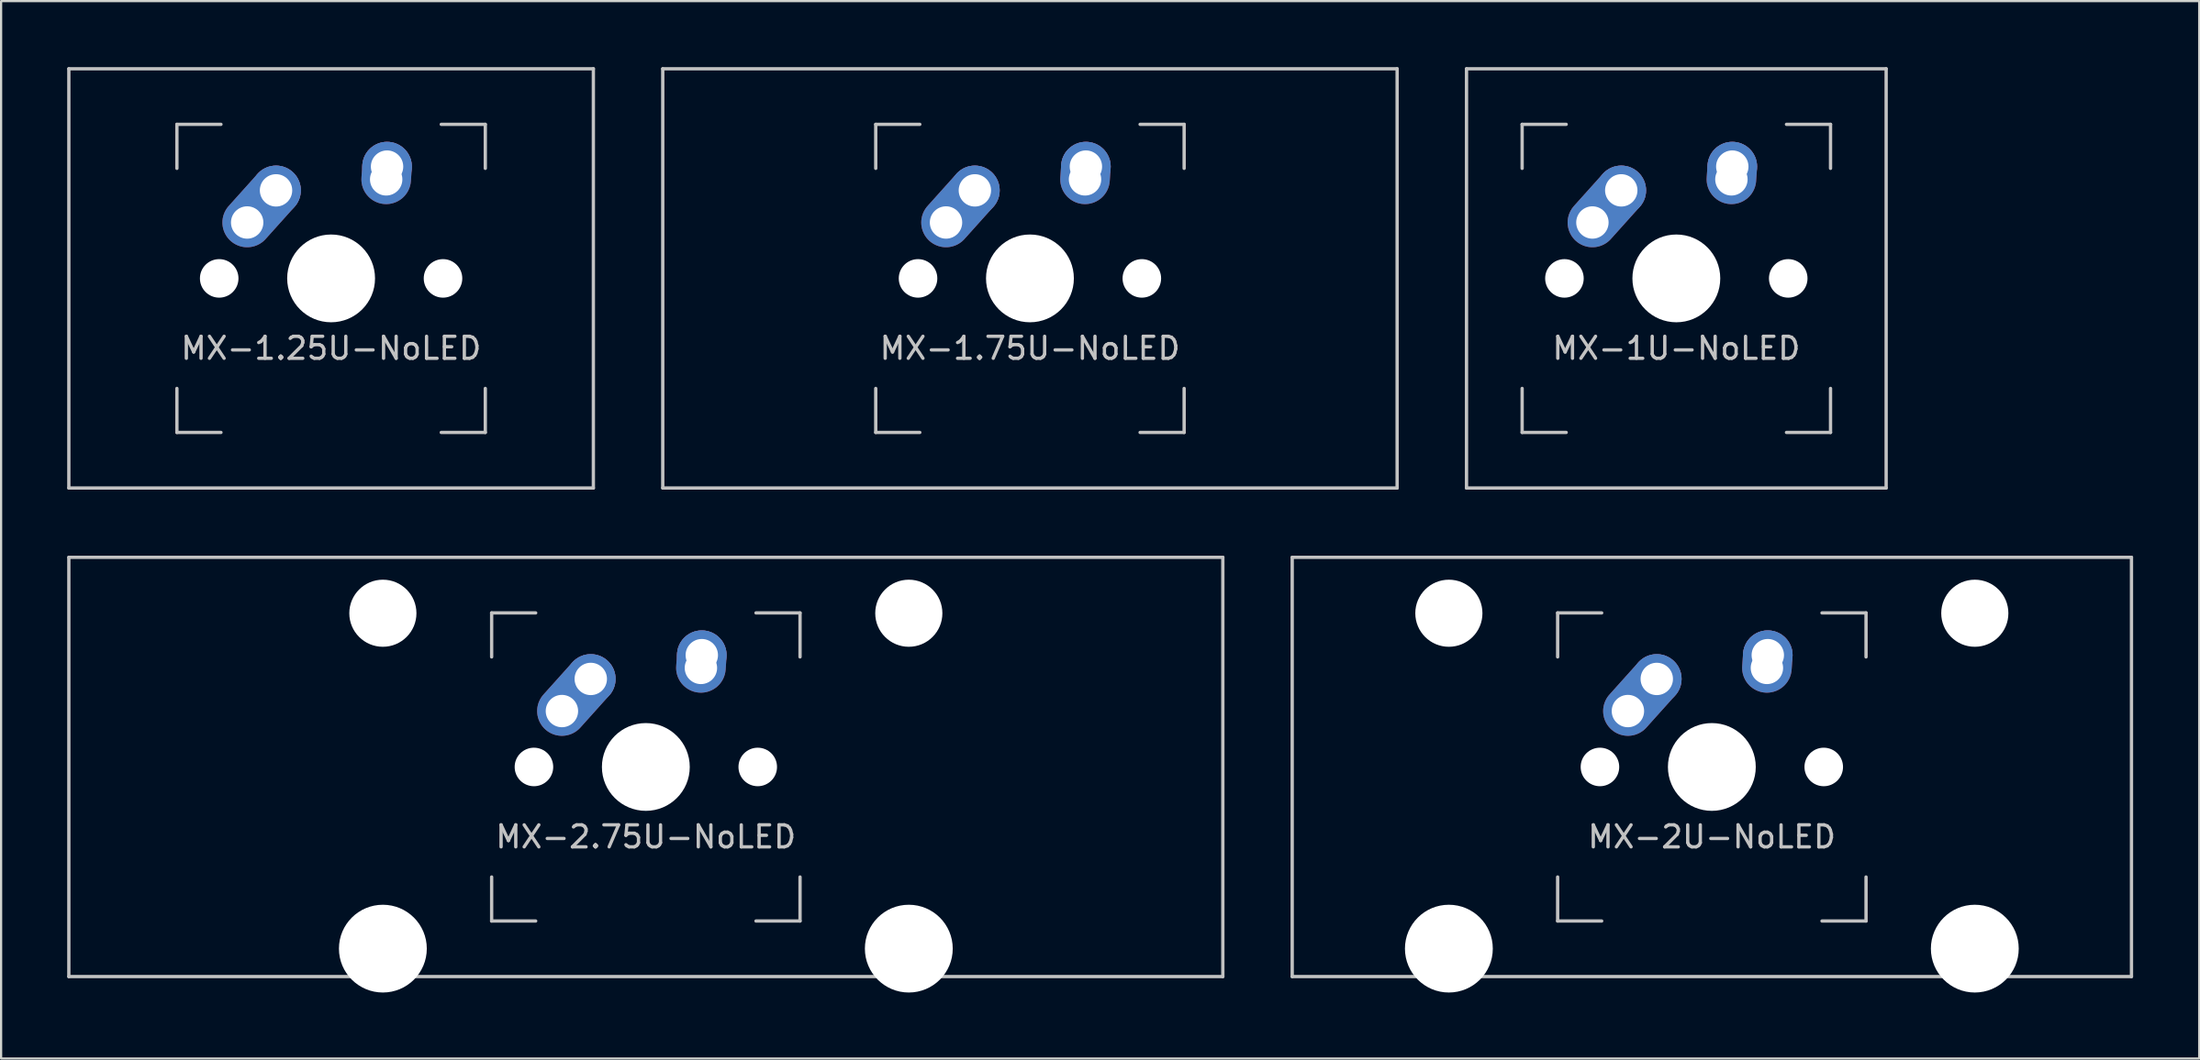
<source format=kicad_pcb>
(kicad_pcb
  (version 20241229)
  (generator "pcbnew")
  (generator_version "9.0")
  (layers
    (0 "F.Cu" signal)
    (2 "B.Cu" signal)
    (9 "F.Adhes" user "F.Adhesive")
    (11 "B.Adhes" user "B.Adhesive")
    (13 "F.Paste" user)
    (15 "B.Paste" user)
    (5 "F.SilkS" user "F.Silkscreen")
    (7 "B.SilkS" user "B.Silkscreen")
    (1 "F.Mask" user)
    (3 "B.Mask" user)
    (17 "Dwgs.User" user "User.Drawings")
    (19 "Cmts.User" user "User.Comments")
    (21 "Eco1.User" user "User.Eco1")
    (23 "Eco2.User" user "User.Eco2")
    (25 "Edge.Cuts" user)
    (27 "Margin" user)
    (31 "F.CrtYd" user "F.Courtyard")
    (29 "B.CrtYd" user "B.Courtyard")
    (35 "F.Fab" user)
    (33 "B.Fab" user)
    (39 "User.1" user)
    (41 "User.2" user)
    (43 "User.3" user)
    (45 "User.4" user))
  (footprint "MX-2U-NoLED"
    (layer "F.Cu")
    (at 74.662 31.8)
    (property "Reference" "MX-2U-NoLED" (at 0 3.175 0) (layer "Dwgs.User") (effects (font (size 1 1) (thickness 0.15))))
    (attr through_hole)
    (fp_line (start -19.05 -9.525) (end 19.05 -9.525) (stroke (width 0.15) (type solid)) (layer "Dwgs.User"))
    (fp_line (start -19.05 9.525) (end -19.05 -9.525) (stroke (width 0.15) (type solid)) (layer "Dwgs.User"))
    (fp_line (start -19.05 9.525) (end 19.05 9.525) (stroke (width 0.15) (type solid)) (layer "Dwgs.User"))
    (fp_line (start -7 -7) (end -7 -5) (stroke (width 0.15) (type solid)) (layer "Dwgs.User"))
    (fp_line (start -7 5) (end -7 7) (stroke (width 0.15) (type solid)) (layer "Dwgs.User"))
    (fp_line (start -7 7) (end -5 7) (stroke (width 0.15) (type solid)) (layer "Dwgs.User"))
    (fp_line (start -5 -7) (end -7 -7) (stroke (width 0.15) (type solid)) (layer "Dwgs.User"))
    (fp_line (start 5 -7) (end 7 -7) (stroke (width 0.15) (type solid)) (layer "Dwgs.User"))
    (fp_line (start 5 7) (end 7 7) (stroke (width 0.15) (type solid)) (layer "Dwgs.User"))
    (fp_line (start 7 -7) (end 7 -5) (stroke (width 0.15) (type solid)) (layer "Dwgs.User"))
    (fp_line (start 7 7) (end 7 5) (stroke (width 0.15) (type solid)) (layer "Dwgs.User"))
    (fp_line (start 19.05 -9.525) (end 19.05 9.525) (stroke (width 0.15) (type solid)) (layer "Dwgs.User"))
    (pad "" np_thru_hole circle (at -11.938 -6.985) (size 3.048 3.048) (drill 3.048) (layers "*.Cu" "*.Mask"))
    (pad "" np_thru_hole circle (at -11.938 8.255) (size 3.988 3.988) (drill 3.988) (layers "*.Cu" "*.Mask"))
    (pad "" np_thru_hole circle (at -5.08 0 48.1) (size 1.75 1.75) (drill 1.75) (layers "*.Cu" "*.Mask"))
    (pad "" np_thru_hole circle (at 0 0) (size 3.988 3.988) (drill 3.988) (layers "*.Cu" "*.Mask"))
    (pad "" np_thru_hole circle (at 5.08 0 48.1) (size 1.75 1.75) (drill 1.75) (layers "*.Cu" "*.Mask"))
    (pad "" np_thru_hole circle (at 11.938 -6.985) (size 3.048 3.048) (drill 3.048) (layers "*.Cu" "*.Mask"))
    (pad "" np_thru_hole circle (at 11.938 8.255) (size 3.988 3.988) (drill 3.988) (layers "*.Cu" "*.Mask"))
    (pad "1" thru_hole oval (at -3.81 -2.54 48.1) (size 4.212 2.25) (drill 1.47 (offset 0.981 0)) (layers "*.Cu" "B.Mask"))
    (pad "1" thru_hole circle (at -2.5 -4) (size 2.25 2.25) (drill 1.47) (layers "*.Cu" "B.Mask"))
    (pad "2" thru_hole oval (at 2.5 -4.5 86.055) (size 2.831 2.25) (drill 1.47 (offset 0.291 0)) (layers "*.Cu" "B.Mask"))
    (pad "2" thru_hole circle (at 2.54 -5.08) (size 2.25 2.25) (drill 1.47) (layers "*.Cu" "B.Mask")))
  (footprint "MX-1.75U-NoLED"
    (layer "F.Cu")
    (at 43.706 9.6)
    (property "Reference" "MX-1.75U-NoLED" (at 0 3.175 0) (layer "Dwgs.User") (effects (font (size 1 1) (thickness 0.15))))
    (attr through_hole)
    (fp_line (start -16.669 -9.525) (end 16.669 -9.525) (stroke (width 0.15) (type solid)) (layer "Dwgs.User"))
    (fp_line (start -16.669 9.525) (end -16.669 -9.525) (stroke (width 0.15) (type solid)) (layer "Dwgs.User"))
    (fp_line (start -7 -7) (end -7 -5) (stroke (width 0.15) (type solid)) (layer "Dwgs.User"))
    (fp_line (start -7 5) (end -7 7) (stroke (width 0.15) (type solid)) (layer "Dwgs.User"))
    (fp_line (start -7 7) (end -5 7) (stroke (width 0.15) (type solid)) (layer "Dwgs.User"))
    (fp_line (start -5 -7) (end -7 -7) (stroke (width 0.15) (type solid)) (layer "Dwgs.User"))
    (fp_line (start 5 -7) (end 7 -7) (stroke (width 0.15) (type solid)) (layer "Dwgs.User"))
    (fp_line (start 5 7) (end 7 7) (stroke (width 0.15) (type solid)) (layer "Dwgs.User"))
    (fp_line (start 7 -7) (end 7 -5) (stroke (width 0.15) (type solid)) (layer "Dwgs.User"))
    (fp_line (start 7 7) (end 7 5) (stroke (width 0.15) (type solid)) (layer "Dwgs.User"))
    (fp_line (start 16.669 -9.525) (end 16.669 9.525) (stroke (width 0.15) (type solid)) (layer "Dwgs.User"))
    (fp_line (start 16.669 9.525) (end -16.669 9.525) (stroke (width 0.15) (type solid)) (layer "Dwgs.User"))
    (pad "" np_thru_hole circle (at -5.08 0 48.1) (size 1.75 1.75) (drill 1.75) (layers "*.Cu" "*.Mask"))
    (pad "" np_thru_hole circle (at 0 0) (size 3.988 3.988) (drill 3.988) (layers "*.Cu" "*.Mask"))
    (pad "" np_thru_hole circle (at 5.08 0 48.1) (size 1.75 1.75) (drill 1.75) (layers "*.Cu" "*.Mask"))
    (pad "1" thru_hole oval (at -3.81 -2.54 48.1) (size 4.212 2.25) (drill 1.47 (offset 0.981 0)) (layers "*.Cu" "B.Mask"))
    (pad "1" thru_hole circle (at -2.5 -4) (size 2.25 2.25) (drill 1.47) (layers "*.Cu" "B.Mask"))
    (pad "2" thru_hole oval (at 2.5 -4.5 86.055) (size 2.831 2.25) (drill 1.47 (offset 0.291 0)) (layers "*.Cu" "B.Mask"))
    (pad "2" thru_hole circle (at 2.54 -5.08) (size 2.25 2.25) (drill 1.47) (layers "*.Cu" "B.Mask")))
  (footprint "MX-1.25U-NoLED"
    (layer "F.Cu")
    (at 11.981 9.6)
    (property "Reference" "MX-1.25U-NoLED" (at 0 3.175 0) (layer "Dwgs.User") (effects (font (size 1 1) (thickness 0.15))))
    (attr through_hole)
    (fp_line (start -11.906 -9.525) (end 11.906 -9.525) (stroke (width 0.15) (type solid)) (layer "Dwgs.User"))
    (fp_line (start -11.906 9.525) (end -11.906 -9.525) (stroke (width 0.15) (type solid)) (layer "Dwgs.User"))
    (fp_line (start -7 -7) (end -7 -5) (stroke (width 0.15) (type solid)) (layer "Dwgs.User"))
    (fp_line (start -7 5) (end -7 7) (stroke (width 0.15) (type solid)) (layer "Dwgs.User"))
    (fp_line (start -7 7) (end -5 7) (stroke (width 0.15) (type solid)) (layer "Dwgs.User"))
    (fp_line (start -5 -7) (end -7 -7) (stroke (width 0.15) (type solid)) (layer "Dwgs.User"))
    (fp_line (start 5 -7) (end 7 -7) (stroke (width 0.15) (type solid)) (layer "Dwgs.User"))
    (fp_line (start 5 7) (end 7 7) (stroke (width 0.15) (type solid)) (layer "Dwgs.User"))
    (fp_line (start 7 -7) (end 7 -5) (stroke (width 0.15) (type solid)) (layer "Dwgs.User"))
    (fp_line (start 7 7) (end 7 5) (stroke (width 0.15) (type solid)) (layer "Dwgs.User"))
    (fp_line (start 11.906 -9.525) (end 11.906 9.525) (stroke (width 0.15) (type solid)) (layer "Dwgs.User"))
    (fp_line (start 11.906 9.525) (end -11.906 9.525) (stroke (width 0.15) (type solid)) (layer "Dwgs.User"))
    (pad "" np_thru_hole circle (at -5.08 0 48.1) (size 1.75 1.75) (drill 1.75) (layers "*.Cu" "*.Mask"))
    (pad "" np_thru_hole circle (at 0 0) (size 3.988 3.988) (drill 3.988) (layers "*.Cu" "*.Mask"))
    (pad "" np_thru_hole circle (at 5.08 0 48.1) (size 1.75 1.75) (drill 1.75) (layers "*.Cu" "*.Mask"))
    (pad "1" thru_hole oval (at -3.81 -2.54 48.1) (size 4.212 2.25) (drill 1.47 (offset 0.981 0)) (layers "*.Cu" "B.Mask"))
    (pad "1" thru_hole circle (at -2.5 -4) (size 2.25 2.25) (drill 1.47) (layers "*.Cu" "B.Mask"))
    (pad "2" thru_hole oval (at 2.5 -4.5 86.055) (size 2.831 2.25) (drill 1.47 (offset 0.291 0)) (layers "*.Cu" "B.Mask"))
    (pad "2" thru_hole circle (at 2.54 -5.08) (size 2.25 2.25) (drill 1.47) (layers "*.Cu" "B.Mask")))
  (footprint "MX-1U-NoLED"
    (layer "F.Cu")
    (at 73.05 9.6)
    (property "Reference" "MX-1U-NoLED" (at 0 3.175 0) (layer "Dwgs.User") (effects (font (size 1 1) (thickness 0.15))))
    (attr through_hole)
    (fp_line (start -9.525 -9.525) (end 9.525 -9.525) (stroke (width 0.15) (type solid)) (layer "Dwgs.User"))
    (fp_line (start -9.525 9.525) (end -9.525 -9.525) (stroke (width 0.15) (type solid)) (layer "Dwgs.User"))
    (fp_line (start -7 -7) (end -7 -5) (stroke (width 0.15) (type solid)) (layer "Dwgs.User"))
    (fp_line (start -7 5) (end -7 7) (stroke (width 0.15) (type solid)) (layer "Dwgs.User"))
    (fp_line (start -7 7) (end -5 7) (stroke (width 0.15) (type solid)) (layer "Dwgs.User"))
    (fp_line (start -5 -7) (end -7 -7) (stroke (width 0.15) (type solid)) (layer "Dwgs.User"))
    (fp_line (start 5 -7) (end 7 -7) (stroke (width 0.15) (type solid)) (layer "Dwgs.User"))
    (fp_line (start 5 7) (end 7 7) (stroke (width 0.15) (type solid)) (layer "Dwgs.User"))
    (fp_line (start 7 -7) (end 7 -5) (stroke (width 0.15) (type solid)) (layer "Dwgs.User"))
    (fp_line (start 7 7) (end 7 5) (stroke (width 0.15) (type solid)) (layer "Dwgs.User"))
    (fp_line (start 9.525 -9.525) (end 9.525 9.525) (stroke (width 0.15) (type solid)) (layer "Dwgs.User"))
    (fp_line (start 9.525 9.525) (end -9.525 9.525) (stroke (width 0.15) (type solid)) (layer "Dwgs.User"))
    (pad "" np_thru_hole circle (at -5.08 0 48.1) (size 1.75 1.75) (drill 1.75) (layers "*.Cu" "*.Mask"))
    (pad "" np_thru_hole circle (at 0 0) (size 3.988 3.988) (drill 3.988) (layers "*.Cu" "*.Mask"))
    (pad "" np_thru_hole circle (at 5.08 0 48.1) (size 1.75 1.75) (drill 1.75) (layers "*.Cu" "*.Mask"))
    (pad "1" thru_hole oval (at -3.81 -2.54 48.1) (size 4.212 2.25) (drill 1.47 (offset 0.981 0)) (layers "*.Cu" "B.Mask"))
    (pad "1" thru_hole circle (at -2.5 -4) (size 2.25 2.25) (drill 1.47) (layers "*.Cu" "B.Mask"))
    (pad "2" thru_hole oval (at 2.5 -4.5 86.055) (size 2.831 2.25) (drill 1.47 (offset 0.291 0)) (layers "*.Cu" "B.Mask"))
    (pad "2" thru_hole circle (at 2.54 -5.08) (size 2.25 2.25) (drill 1.47) (layers "*.Cu" "B.Mask")))
  (footprint "MX-2.75U-NoLED"
    (layer "F.Cu")
    (at 26.269 31.8)
    (property "Reference" "MX-2.75U-NoLED" (at 0 3.175 0) (layer "Dwgs.User") (effects (font (size 1 1) (thickness 0.15))))
    (attr through_hole)
    (fp_line (start -26.194 -9.525) (end 26.194 -9.525) (stroke (width 0.15) (type solid)) (layer "Dwgs.User"))
    (fp_line (start -26.194 9.525) (end -26.194 -9.525) (stroke (width 0.15) (type solid)) (layer "Dwgs.User"))
    (fp_line (start -26.194 9.525) (end 26.194 9.525) (stroke (width 0.15) (type solid)) (layer "Dwgs.User"))
    (fp_line (start -7 -7) (end -7 -5) (stroke (width 0.15) (type solid)) (layer "Dwgs.User"))
    (fp_line (start -7 5) (end -7 7) (stroke (width 0.15) (type solid)) (layer "Dwgs.User"))
    (fp_line (start -7 7) (end -5 7) (stroke (width 0.15) (type solid)) (layer "Dwgs.User"))
    (fp_line (start -5 -7) (end -7 -7) (stroke (width 0.15) (type solid)) (layer "Dwgs.User"))
    (fp_line (start 5 -7) (end 7 -7) (stroke (width 0.15) (type solid)) (layer "Dwgs.User"))
    (fp_line (start 5 7) (end 7 7) (stroke (width 0.15) (type solid)) (layer "Dwgs.User"))
    (fp_line (start 7 -7) (end 7 -5) (stroke (width 0.15) (type solid)) (layer "Dwgs.User"))
    (fp_line (start 7 7) (end 7 5) (stroke (width 0.15) (type solid)) (layer "Dwgs.User"))
    (fp_line (start 26.194 -9.525) (end 26.194 9.525) (stroke (width 0.15) (type solid)) (layer "Dwgs.User"))
    (pad "" np_thru_hole circle (at -11.938 -6.985) (size 3.048 3.048) (drill 3.048) (layers "*.Cu" "*.Mask"))
    (pad "" np_thru_hole circle (at -11.938 8.255) (size 3.988 3.988) (drill 3.988) (layers "*.Cu" "*.Mask"))
    (pad "" np_thru_hole circle (at -5.08 0 48.1) (size 1.75 1.75) (drill 1.75) (layers "*.Cu" "*.Mask"))
    (pad "" np_thru_hole circle (at 0 0) (size 3.988 3.988) (drill 3.988) (layers "*.Cu" "*.Mask"))
    (pad "" np_thru_hole circle (at 5.08 0 48.1) (size 1.75 1.75) (drill 1.75) (layers "*.Cu" "*.Mask"))
    (pad "" np_thru_hole circle (at 11.938 -6.985) (size 3.048 3.048) (drill 3.048) (layers "*.Cu" "*.Mask"))
    (pad "" np_thru_hole circle (at 11.938 8.255) (size 3.988 3.988) (drill 3.988) (layers "*.Cu" "*.Mask"))
    (pad "1" thru_hole oval (at -3.81 -2.54 48.1) (size 4.212 2.25) (drill 1.47 (offset 0.981 0)) (layers "*.Cu" "B.Mask"))
    (pad "1" thru_hole circle (at -2.5 -4) (size 2.25 2.25) (drill 1.47) (layers "*.Cu" "B.Mask"))
    (pad "2" thru_hole oval (at 2.5 -4.5 86.055) (size 2.831 2.25) (drill 1.47 (offset 0.291 0)) (layers "*.Cu" "B.Mask"))
    (pad "2" thru_hole circle (at 2.54 -5.08) (size 2.25 2.25) (drill 1.47) (layers "*.Cu" "B.Mask")))
  (gr_rect
    (start -3 -3)
    (end 96.787 45.049)
    (stroke (width 0.1) (type default))
    (fill no)
    (layer "Edge.Cuts")))
</source>
